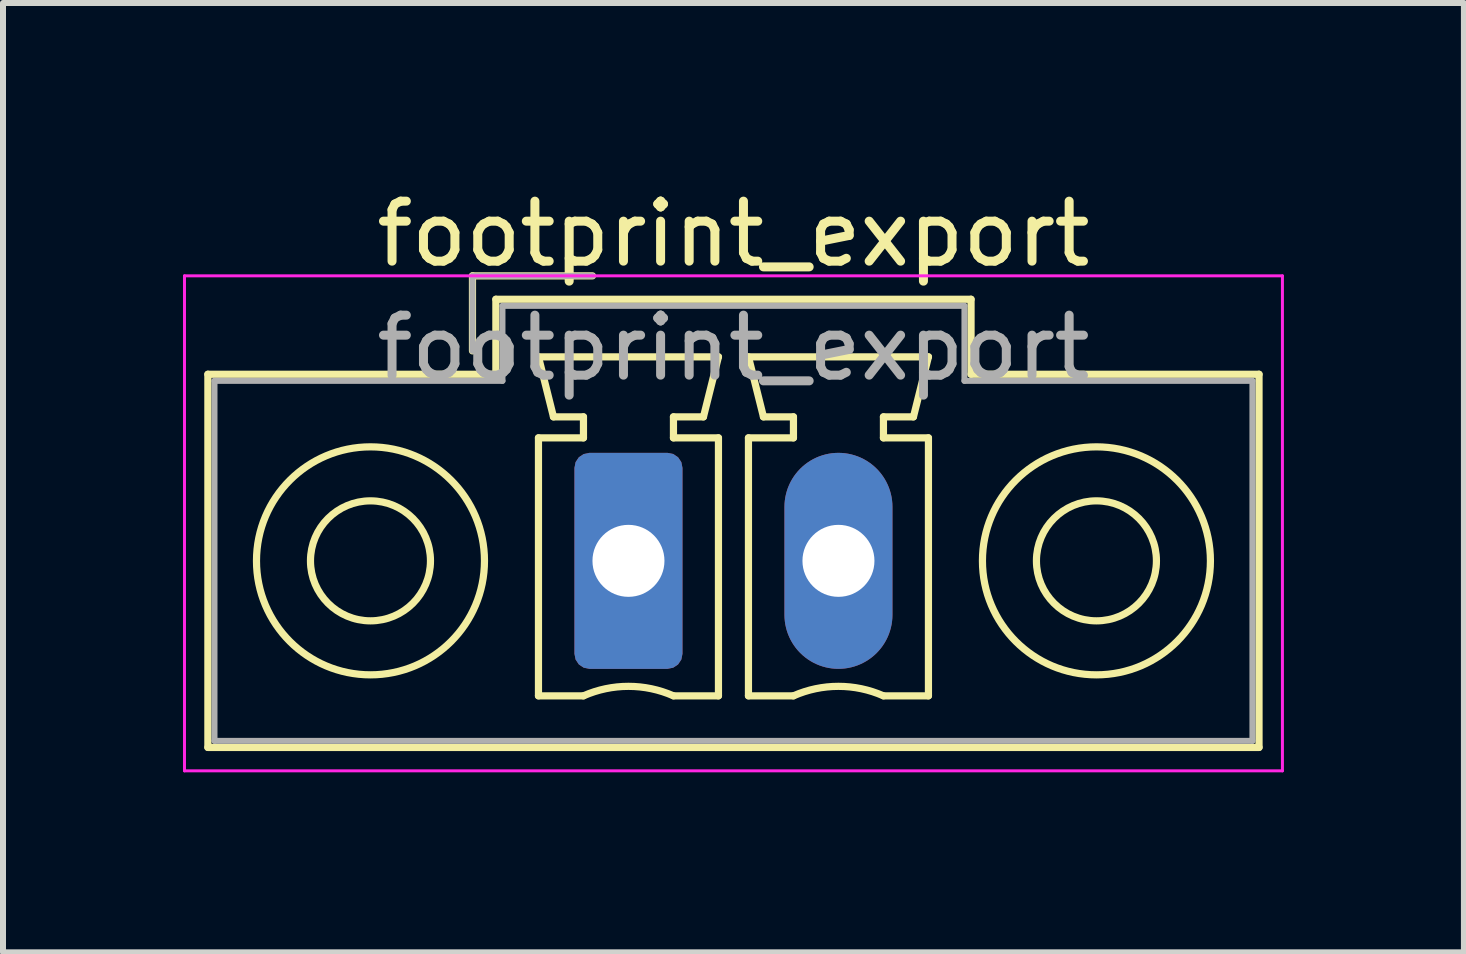
<source format=kicad_pcb>
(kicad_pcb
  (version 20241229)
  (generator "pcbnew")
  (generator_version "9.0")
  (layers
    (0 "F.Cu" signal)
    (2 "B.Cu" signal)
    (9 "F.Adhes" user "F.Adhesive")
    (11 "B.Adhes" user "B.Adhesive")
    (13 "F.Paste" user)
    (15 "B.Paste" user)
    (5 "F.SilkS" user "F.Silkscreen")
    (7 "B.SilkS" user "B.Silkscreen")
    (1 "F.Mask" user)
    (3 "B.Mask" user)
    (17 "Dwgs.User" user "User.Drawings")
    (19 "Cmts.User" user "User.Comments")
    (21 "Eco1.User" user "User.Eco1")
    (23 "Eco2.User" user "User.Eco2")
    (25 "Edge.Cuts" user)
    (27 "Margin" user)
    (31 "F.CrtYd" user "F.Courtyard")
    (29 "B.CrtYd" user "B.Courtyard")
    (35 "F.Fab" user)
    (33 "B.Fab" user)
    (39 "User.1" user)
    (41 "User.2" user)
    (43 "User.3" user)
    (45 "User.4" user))
  (footprint "footprint_export"
    (layer "F.Cu")
    (at 7.425 6.298)
    (property "Reference" "footprint_export" (at 1.75 -5.45 0) (layer "F.SilkS") (effects (font (size 1 1) (thickness 0.15))))
    (attr through_hole)
    (fp_line (start -7.01 -3.11) (end -7.01 3.11) (stroke (width 0.12) (type solid)) (layer "F.SilkS"))
    (fp_line (start -7.01 3.11) (end 10.51 3.11) (stroke (width 0.12) (type solid)) (layer "F.SilkS"))
    (fp_line (start -2.6 -4.75) (end -0.6 -4.75) (stroke (width 0.12) (type solid)) (layer "F.SilkS"))
    (fp_line (start -2.6 -3.5) (end -2.6 -4.75) (stroke (width 0.12) (type solid)) (layer "F.SilkS"))
    (fp_line (start -2.21 -4.36) (end -2.21 -3.11) (stroke (width 0.12) (type solid)) (layer "F.SilkS"))
    (fp_line (start -2.21 -3.11) (end -7.01 -3.11) (stroke (width 0.12) (type solid)) (layer "F.SilkS"))
    (fp_line (start -1.5 -3.4) (end 1.5 -3.4) (stroke (width 0.12) (type solid)) (layer "F.SilkS"))
    (fp_line (start -1.5 -2.05) (end -0.75 -2.05) (stroke (width 0.12) (type solid)) (layer "F.SilkS"))
    (fp_line (start -1.5 2.25) (end -1.5 -2.05) (stroke (width 0.12) (type solid)) (layer "F.SilkS"))
    (fp_line (start -1.25 -2.4) (end -1.5 -3.4) (stroke (width 0.12) (type solid)) (layer "F.SilkS"))
    (fp_line (start -0.75 -2.4) (end -1.25 -2.4) (stroke (width 0.12) (type solid)) (layer "F.SilkS"))
    (fp_line (start -0.75 -2.05) (end -0.75 -2.4) (stroke (width 0.12) (type solid)) (layer "F.SilkS"))
    (fp_line (start -0.75 2.25) (end -1.5 2.25) (stroke (width 0.12) (type solid)) (layer "F.SilkS"))
    (fp_line (start 0.75 -2.4) (end 0.75 -2.05) (stroke (width 0.12) (type solid)) (layer "F.SilkS"))
    (fp_line (start 0.75 -2.05) (end 1.5 -2.05) (stroke (width 0.12) (type solid)) (layer "F.SilkS"))
    (fp_line (start 1.25 -2.4) (end 0.75 -2.4) (stroke (width 0.12) (type solid)) (layer "F.SilkS"))
    (fp_line (start 1.5 -3.4) (end 1.25 -2.4) (stroke (width 0.12) (type solid)) (layer "F.SilkS"))
    (fp_line (start 1.5 -2.05) (end 1.5 2.25) (stroke (width 0.12) (type solid)) (layer "F.SilkS"))
    (fp_line (start 1.5 2.25) (end 0.75 2.25) (stroke (width 0.12) (type solid)) (layer "F.SilkS"))
    (fp_line (start 2 -3.4) (end 5 -3.4) (stroke (width 0.12) (type solid)) (layer "F.SilkS"))
    (fp_line (start 2 -2.05) (end 2.75 -2.05) (stroke (width 0.12) (type solid)) (layer "F.SilkS"))
    (fp_line (start 2 2.25) (end 2 -2.05) (stroke (width 0.12) (type solid)) (layer "F.SilkS"))
    (fp_line (start 2.25 -2.4) (end 2 -3.4) (stroke (width 0.12) (type solid)) (layer "F.SilkS"))
    (fp_line (start 2.75 -2.4) (end 2.25 -2.4) (stroke (width 0.12) (type solid)) (layer "F.SilkS"))
    (fp_line (start 2.75 -2.05) (end 2.75 -2.4) (stroke (width 0.12) (type solid)) (layer "F.SilkS"))
    (fp_line (start 2.75 2.25) (end 2 2.25) (stroke (width 0.12) (type solid)) (layer "F.SilkS"))
    (fp_line (start 4.25 -2.4) (end 4.25 -2.05) (stroke (width 0.12) (type solid)) (layer "F.SilkS"))
    (fp_line (start 4.25 -2.05) (end 5 -2.05) (stroke (width 0.12) (type solid)) (layer "F.SilkS"))
    (fp_line (start 4.75 -2.4) (end 4.25 -2.4) (stroke (width 0.12) (type solid)) (layer "F.SilkS"))
    (fp_line (start 5 -3.4) (end 4.75 -2.4) (stroke (width 0.12) (type solid)) (layer "F.SilkS"))
    (fp_line (start 5 -2.05) (end 5 2.25) (stroke (width 0.12) (type solid)) (layer "F.SilkS"))
    (fp_line (start 5 2.25) (end 4.25 2.25) (stroke (width 0.12) (type solid)) (layer "F.SilkS"))
    (fp_line (start 5.71 -4.36) (end -2.21 -4.36) (stroke (width 0.12) (type solid)) (layer "F.SilkS"))
    (fp_line (start 5.71 -3.11) (end 5.71 -4.36) (stroke (width 0.12) (type solid)) (layer "F.SilkS"))
    (fp_line (start 10.51 -3.11) (end 5.71 -3.11) (stroke (width 0.12) (type solid)) (layer "F.SilkS"))
    (fp_line (start 10.51 3.11) (end 10.51 -3.11) (stroke (width 0.12) (type solid)) (layer "F.SilkS"))
    (fp_arc (start -0.75 2.25) (mid -0.000193 2.09191) (end 0.749647 2.249844) (stroke (width 0.12) (type solid)) (layer "F.SilkS"))
    (fp_arc (start 2.75 2.25) (mid 3.499807 2.09191) (end 4.249647 2.249844) (stroke (width 0.12) (type solid)) (layer "F.SilkS"))
    (fp_circle (center -4.3 0) (end -3.3 0) (stroke (width 0.12) (type solid)) (fill no) (layer "F.SilkS"))
    (fp_circle (center -4.3 0) (end -2.4 0) (stroke (width 0.12) (type solid)) (fill no) (layer "F.SilkS"))
    (fp_circle (center 7.8 0) (end 8.8 0) (stroke (width 0.12) (type solid)) (fill no) (layer "F.SilkS"))
    (fp_circle (center 7.8 0) (end 9.7 0) (stroke (width 0.12) (type solid)) (fill no) (layer "F.SilkS"))
    (fp_line (start -7.4 -4.75) (end -7.4 3.5) (stroke (width 0.05) (type solid)) (layer "F.CrtYd"))
    (fp_line (start -7.4 3.5) (end 10.9 3.5) (stroke (width 0.05) (type solid)) (layer "F.CrtYd"))
    (fp_line (start 10.9 -4.75) (end -7.4 -4.75) (stroke (width 0.05) (type solid)) (layer "F.CrtYd"))
    (fp_line (start 10.9 3.5) (end 10.9 -4.75) (stroke (width 0.05) (type solid)) (layer "F.CrtYd"))
    (fp_line (start -6.9 -3) (end -6.9 3) (stroke (width 0.1) (type solid)) (layer "F.Fab"))
    (fp_line (start -6.9 3) (end 10.4 3) (stroke (width 0.1) (type solid)) (layer "F.Fab"))
    (fp_line (start -2.6 -4.75) (end -0.6 -4.75) (stroke (width 0.1) (type solid)) (layer "F.Fab"))
    (fp_line (start -2.6 -3.5) (end -2.6 -4.75) (stroke (width 0.1) (type solid)) (layer "F.Fab"))
    (fp_line (start -2.1 -4.25) (end -2.1 -3) (stroke (width 0.1) (type solid)) (layer "F.Fab"))
    (fp_line (start -2.1 -3) (end -6.9 -3) (stroke (width 0.1) (type solid)) (layer "F.Fab"))
    (fp_line (start 5.6 -4.25) (end -2.1 -4.25) (stroke (width 0.1) (type solid)) (layer "F.Fab"))
    (fp_line (start 5.6 -3) (end 5.6 -4.25) (stroke (width 0.1) (type solid)) (layer "F.Fab"))
    (fp_line (start 10.4 -3) (end 5.6 -3) (stroke (width 0.1) (type solid)) (layer "F.Fab"))
    (fp_line (start 10.4 3) (end 10.4 -3) (stroke (width 0.1) (type solid)) (layer "F.Fab"))
    (fp_text user "${REFERENCE}" (at 1.75 -3.55 0) (layer "F.Fab") (effects (font (size 1 1) (thickness 0.15))))
    (pad "1" thru_hole roundrect (at 0 0) (size 1.8 3.6) (drill 1.2) (layers "*.Cu" "*.Mask") (roundrect_rratio 0.139))
    (pad "2" thru_hole oval (at 3.5 0) (size 1.8 3.6) (drill 1.2) (layers "*.Cu" "*.Mask")))
  (gr_rect
    (start -3 -3)
    (end 21.35 12.823)
    (stroke (width 0.1) (type default))
    (fill no)
    (layer "Edge.Cuts")))
</source>
